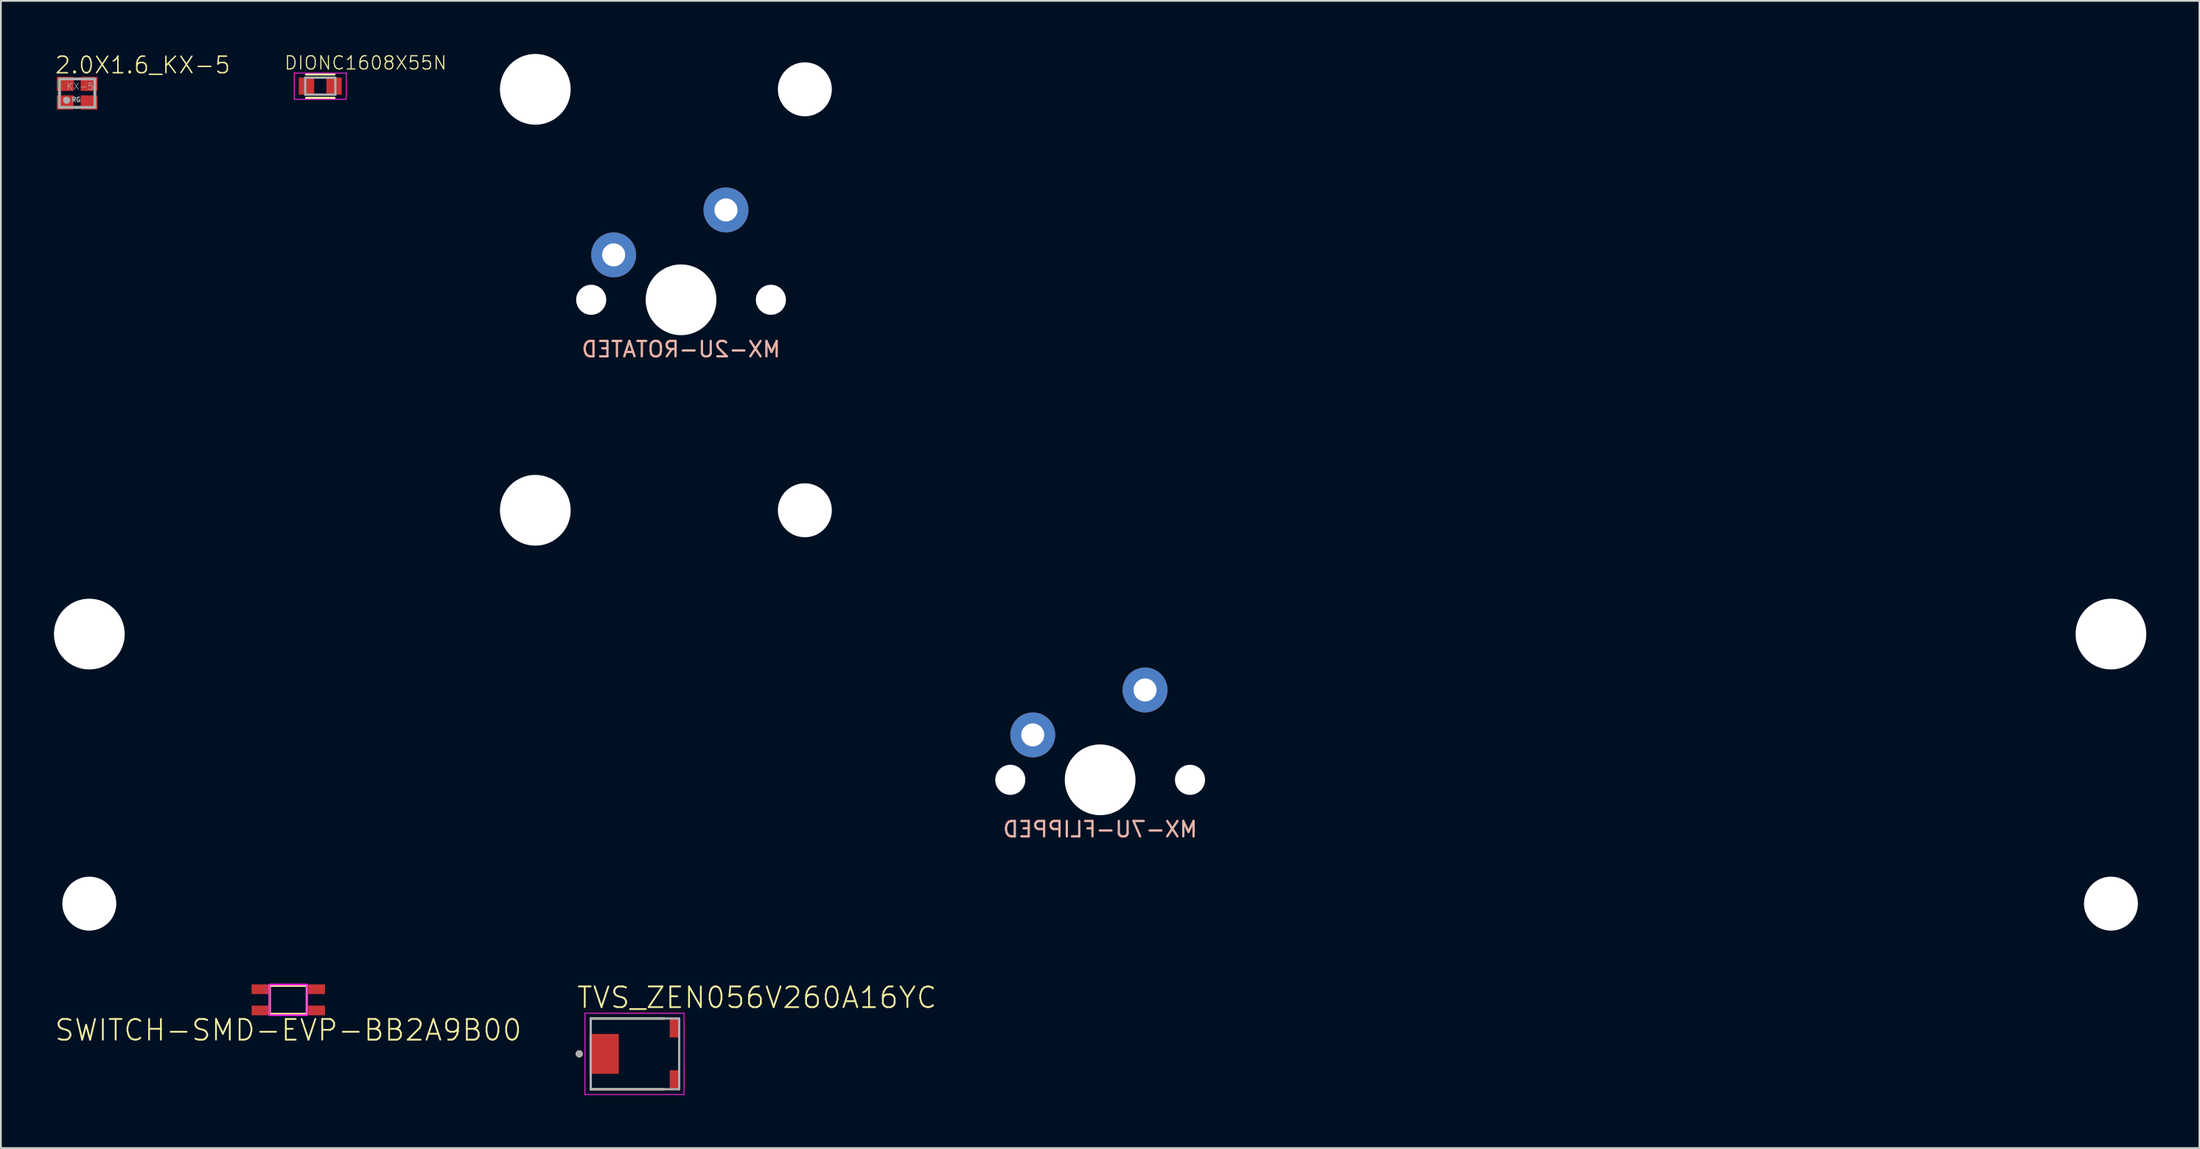
<source format=kicad_pcb>
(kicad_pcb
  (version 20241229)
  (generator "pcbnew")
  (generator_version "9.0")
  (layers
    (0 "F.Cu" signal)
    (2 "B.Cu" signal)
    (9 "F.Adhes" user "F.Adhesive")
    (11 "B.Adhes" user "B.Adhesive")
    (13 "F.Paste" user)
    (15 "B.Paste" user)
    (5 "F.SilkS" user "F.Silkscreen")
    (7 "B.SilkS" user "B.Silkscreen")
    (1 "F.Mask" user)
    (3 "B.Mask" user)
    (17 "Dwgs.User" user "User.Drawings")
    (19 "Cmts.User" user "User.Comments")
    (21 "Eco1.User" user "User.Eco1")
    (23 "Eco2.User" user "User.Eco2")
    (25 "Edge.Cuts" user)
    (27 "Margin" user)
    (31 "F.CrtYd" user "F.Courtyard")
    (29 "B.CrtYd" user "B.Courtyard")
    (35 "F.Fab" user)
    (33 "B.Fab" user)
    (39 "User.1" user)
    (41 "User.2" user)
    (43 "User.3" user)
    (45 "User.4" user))
  (footprint "DIONC1608X55N"
    (layer "F.Cu")
    (at 15.058 1.821)
    (property "Reference" "DIONC1608X55N" (at -2.075 -0.878 0) (layer "F.SilkS") (effects (font (size 0.748 0.748) (thickness 0.065)) (justify left bottom)))
    (fp_line (start 0.8 -0.665) (end -0.8 -0.665) (stroke (width 0.127) (type solid)) (layer "F.SilkS"))
    (fp_line (start 0.8 0.665) (end -0.8 0.665) (stroke (width 0.127) (type solid)) (layer "F.SilkS"))
    (fp_line (start -1.47 -0.74) (end -1.47 0.74) (stroke (width 0.05) (type solid)) (layer "F.CrtYd"))
    (fp_line (start -1.47 0.74) (end 1.47 0.74) (stroke (width 0.05) (type solid)) (layer "F.CrtYd"))
    (fp_line (start 1.47 -0.74) (end -1.47 -0.74) (stroke (width 0.05) (type solid)) (layer "F.CrtYd"))
    (fp_line (start 1.47 0.74) (end 1.47 -0.74) (stroke (width 0.05) (type solid)) (layer "F.CrtYd"))
    (fp_line (start -0.85 -0.48) (end 0.85 -0.48) (stroke (width 0.127) (type solid)) (layer "F.Fab"))
    (fp_line (start -0.85 0.48) (end -0.85 -0.48) (stroke (width 0.127) (type solid)) (layer "F.Fab"))
    (fp_line (start 0.85 -0.48) (end 0.85 0.48) (stroke (width 0.127) (type solid)) (layer "F.Fab"))
    (fp_line (start 0.85 0.48) (end -0.85 0.48) (stroke (width 0.127) (type solid)) (layer "F.Fab"))
    (pad "1" smd rect (at -0.78 0) (size 0.87 0.97) (layers "F.Cu" "F.Mask" "F.Paste"))
    (pad "2" smd rect (at 0.78 0) (size 0.87 0.97) (layers "F.Cu" "F.Mask" "F.Paste")))
  (footprint "SWITCH-SMD-EVP-BB2A9B00"
    (layer "F.Cu")
    (at 13.25 53.478)
    (property "Reference" "SWITCH-SMD-EVP-BB2A9B00" (at 0 2.4 0) (layer "F.SilkS") (effects (font (size 1.168 1.168) (thickness 0.102)) (justify bottom)))
    (fp_line (start -1.05 -0.8) (end -1.05 0.8) (stroke (width 0.127) (type solid)) (layer "F.SilkS"))
    (fp_line (start -1.05 0.8) (end 1.05 0.8) (stroke (width 0.127) (type solid)) (layer "F.SilkS"))
    (fp_line (start 1.05 -0.8) (end -1.05 -0.8) (stroke (width 0.127) (type solid)) (layer "F.SilkS"))
    (fp_line (start 1.05 0.8) (end 1.05 -0.8) (stroke (width 0.127) (type solid)) (layer "F.SilkS"))
    (fp_poly (pts (xy 1.063 0.864) (xy -1.063 0.864) (xy -1.063 -0.864) (xy 1.063 -0.864)) (stroke (width 0.1) (type solid)) (fill no) (layer "F.CrtYd"))
    (pad "A@1" smd rect (at -1.6 -0.6) (size 0.95 0.55) (layers "F.Cu" "F.Mask" "F.Paste"))
    (pad "A@2" smd rect (at -1.6 0.6) (size 0.95 0.55) (layers "F.Cu" "F.Mask" "F.Paste"))
    (pad "B@3" smd rect (at 1.6 -0.6) (size 0.95 0.55) (layers "F.Cu" "F.Mask" "F.Paste"))
    (pad "B@4" smd rect (at 1.6 0.6) (size 0.95 0.55) (layers "F.Cu" "F.Mask" "F.Paste")))
  (footprint "2.0X1.6_KX-5"
    (layer "F.Cu")
    (at 1.311 2.217)
    (property "Reference" "2.0X1.6_KX-5" (at -1.311 -1.038 0) (layer "F.SilkS") (effects (font (size 0.935 0.935) (thickness 0.081)) (justify left bottom)))
    (fp_line (start -1 -0.05) (end -1 0.05) (stroke (width 0.152) (type solid)) (layer "F.SilkS"))
    (fp_line (start -0.12 -0.8) (end 0.12 -0.8) (stroke (width 0.152) (type solid)) (layer "F.SilkS"))
    (fp_line (start -0.12 0.8) (end 0.12 0.8) (stroke (width 0.152) (type solid)) (layer "F.SilkS"))
    (fp_line (start 1 -0.05) (end 1 0.05) (stroke (width 0.152) (type solid)) (layer "F.SilkS"))
    (fp_line (start -1 -0.8) (end -1 0.8) (stroke (width 0.152) (type solid)) (layer "F.Fab"))
    (fp_line (start -1 0.8) (end 1 0.8) (stroke (width 0.152) (type solid)) (layer "F.Fab"))
    (fp_line (start 1 -0.8) (end -1 -0.8) (stroke (width 0.152) (type solid)) (layer "F.Fab"))
    (fp_line (start 1 0.8) (end 1 -0.8) (stroke (width 0.152) (type solid)) (layer "F.Fab"))
    (fp_circle (center -0.6 0.4) (end -0.5 0.4) (stroke (width 0.2) (type solid)) (fill no) (layer "F.Fab"))
    (fp_text user "RG" (at -0.34 0.51 0) (layer "F.Fab") (effects (font (size 0.247 0.247) (thickness 0.058)) (justify left bottom)))
    (fp_text user "KX-5" (at -0.62 -0.16 0) (layer "F.Fab") (effects (font (size 0.374 0.374) (thickness 0.033)) (justify left bottom)))
    (pad "1" smd rect (at -0.675 0.525) (size 0.95 0.8) (layers "F.Cu" "F.Mask" "F.Paste"))
    (pad "2" smd rect (at 0.675 0.525) (size 0.95 0.8) (layers "F.Cu" "F.Mask" "F.Paste"))
    (pad "3" smd rect (at 0.675 -0.525) (size 0.95 0.8) (layers "F.Cu" "F.Mask" "F.Paste"))
    (pad "4" smd rect (at -0.675 -0.525) (size 0.95 0.8) (layers "F.Cu" "F.Mask" "F.Paste")))
  (footprint "MX-2U-ROTATED"
    (layer "F.Cu")
    (at 35.455 13.9)
    (property "Reference" "MX-2U-ROTATED" (at 0 2.8 0) (layer "B.SilkS") (effects (font (size 0.87 0.87) (thickness 0.13)) (justify mirror)))
    (pad "" np_thru_hole circle (at -8.24 -11.9) (size 4 4) (drill 4) (layers "*.Cu" "*.Mask"))
    (pad "" np_thru_hole circle (at -8.24 11.9) (size 4 4) (drill 4) (layers "*.Cu" "*.Mask"))
    (pad "" np_thru_hole circle (at -5.08 0) (size 1.7 1.7) (drill 1.7) (layers "*.Cu" "*.Mask"))
    (pad "" np_thru_hole circle (at 0 0) (size 4 4) (drill 4) (layers "*.Cu" "*.Mask"))
    (pad "" np_thru_hole circle (at 5.08 0) (size 1.7 1.7) (drill 1.7) (layers "*.Cu" "*.Mask"))
    (pad "" np_thru_hole circle (at 7 -11.9) (size 3.05 3.05) (drill 3.05) (layers "*.Cu" "*.Mask"))
    (pad "" np_thru_hole circle (at 7 11.9) (size 3.05 3.05) (drill 3.05) (layers "*.Cu" "*.Mask"))
    (pad "MX1" thru_hole circle (at -3.81 -2.54) (size 2.54 2.54) (drill 1.3) (layers "*.Cu" "*.Mask"))
    (pad "MX2" thru_hole circle (at 2.54 -5.08) (size 2.54 2.54) (drill 1.3) (layers "*.Cu" "*.Mask")))
  (footprint "MX-7U-FLIPPED"
    (layer "F.Cu")
    (at 59.15 41.04)
    (property "Reference" "MX-7U-FLIPPED" (at 0 2.8 0) (layer "B.SilkS") (effects (font (size 0.87 0.87) (thickness 0.13)) (justify mirror)))
    (pad "" np_thru_hole circle (at -57.15 -8.24) (size 4 4) (drill 4) (layers "*.Cu" "*.Mask"))
    (pad "" np_thru_hole circle (at -57.15 7) (size 3.05 3.05) (drill 3.05) (layers "*.Cu" "*.Mask"))
    (pad "" np_thru_hole circle (at -5.08 0) (size 1.7 1.7) (drill 1.7) (layers "*.Cu" "*.Mask"))
    (pad "" np_thru_hole circle (at 0 0) (size 4 4) (drill 4) (layers "*.Cu" "*.Mask"))
    (pad "" np_thru_hole circle (at 5.08 0) (size 1.7 1.7) (drill 1.7) (layers "*.Cu" "*.Mask"))
    (pad "" np_thru_hole circle (at 57.15 -8.24) (size 4 4) (drill 4) (layers "*.Cu" "*.Mask"))
    (pad "" np_thru_hole circle (at 57.15 7) (size 3.05 3.05) (drill 3.05) (layers "*.Cu" "*.Mask"))
    (pad "MX1" thru_hole circle (at -3.81 -2.54) (size 2.54 2.54) (drill 1.3) (layers "*.Cu" "*.Mask"))
    (pad "MX2" thru_hole circle (at 2.54 -5.08) (size 2.54 2.54) (drill 1.3) (layers "*.Cu" "*.Mask")))
  (footprint "TVS_ZEN056V260A16YC"
    (layer "F.Cu")
    (at 32.849 56.534)
    (property "Reference" "TVS_ZEN056V260A16YC" (at -3.35 -2.496 0) (layer "F.SilkS") (effects (font (size 1.168 1.168) (thickness 0.102)) (justify left bottom)))
    (fp_line (start -2.5 -2) (end -2.5 -1.45) (stroke (width 0.127) (type solid)) (layer "F.SilkS"))
    (fp_line (start -2.5 -2) (end 1.65 -2) (stroke (width 0.127) (type solid)) (layer "F.SilkS"))
    (fp_line (start -2.5 2) (end -2.5 1.45) (stroke (width 0.127) (type solid)) (layer "F.SilkS"))
    (fp_line (start -2.5 2) (end 1.65 2) (stroke (width 0.127) (type solid)) (layer "F.SilkS"))
    (fp_line (start 2.5 -0.61) (end 2.5 0.61) (stroke (width 0.127) (type solid)) (layer "F.SilkS"))
    (fp_circle (center -3.15 0) (end -3.05 0) (stroke (width 0.2) (type solid)) (fill no) (layer "F.SilkS"))
    (fp_line (start -2.825 -2.3) (end 2.775 -2.3) (stroke (width 0.05) (type solid)) (layer "F.CrtYd"))
    (fp_line (start -2.825 2.3) (end -2.825 -2.3) (stroke (width 0.05) (type solid)) (layer "F.CrtYd"))
    (fp_line (start -2.825 2.3) (end 2.775 2.3) (stroke (width 0.05) (type solid)) (layer "F.CrtYd"))
    (fp_line (start 2.775 2.3) (end 2.775 -2.3) (stroke (width 0.05) (type solid)) (layer "F.CrtYd"))
    (fp_line (start -2.5 2) (end -2.5 -2) (stroke (width 0.127) (type solid)) (layer "F.Fab"))
    (fp_line (start 2.5 -2) (end -2.5 -2) (stroke (width 0.127) (type solid)) (layer "F.Fab"))
    (fp_line (start 2.5 2) (end -2.5 2) (stroke (width 0.127) (type solid)) (layer "F.Fab"))
    (fp_line (start 2.5 2) (end 2.5 -2) (stroke (width 0.127) (type solid)) (layer "F.Fab"))
    (fp_circle (center -3.15 0) (end -3.05 0) (stroke (width 0.2) (type solid)) (fill no) (layer "F.Fab"))
    (pad "1" smd rect (at -1.745 0) (size 1.66 2.25) (layers "F.Cu" "F.Mask" "F.Paste"))
    (pad "2" smd rect (at 2.245 -1.49) (size 0.56 1.12) (layers "F.Cu" "F.Mask" "F.Paste"))
    (pad "3" smd rect (at 2.245 1.49) (size 0.56 1.12) (layers "F.Cu" "F.Mask" "F.Paste")))
  (gr_rect
    (start -3 -3)
    (end 121.3 61.859)
    (stroke (width 0.1) (type default))
    (fill no)
    (layer "Edge.Cuts")))
</source>
